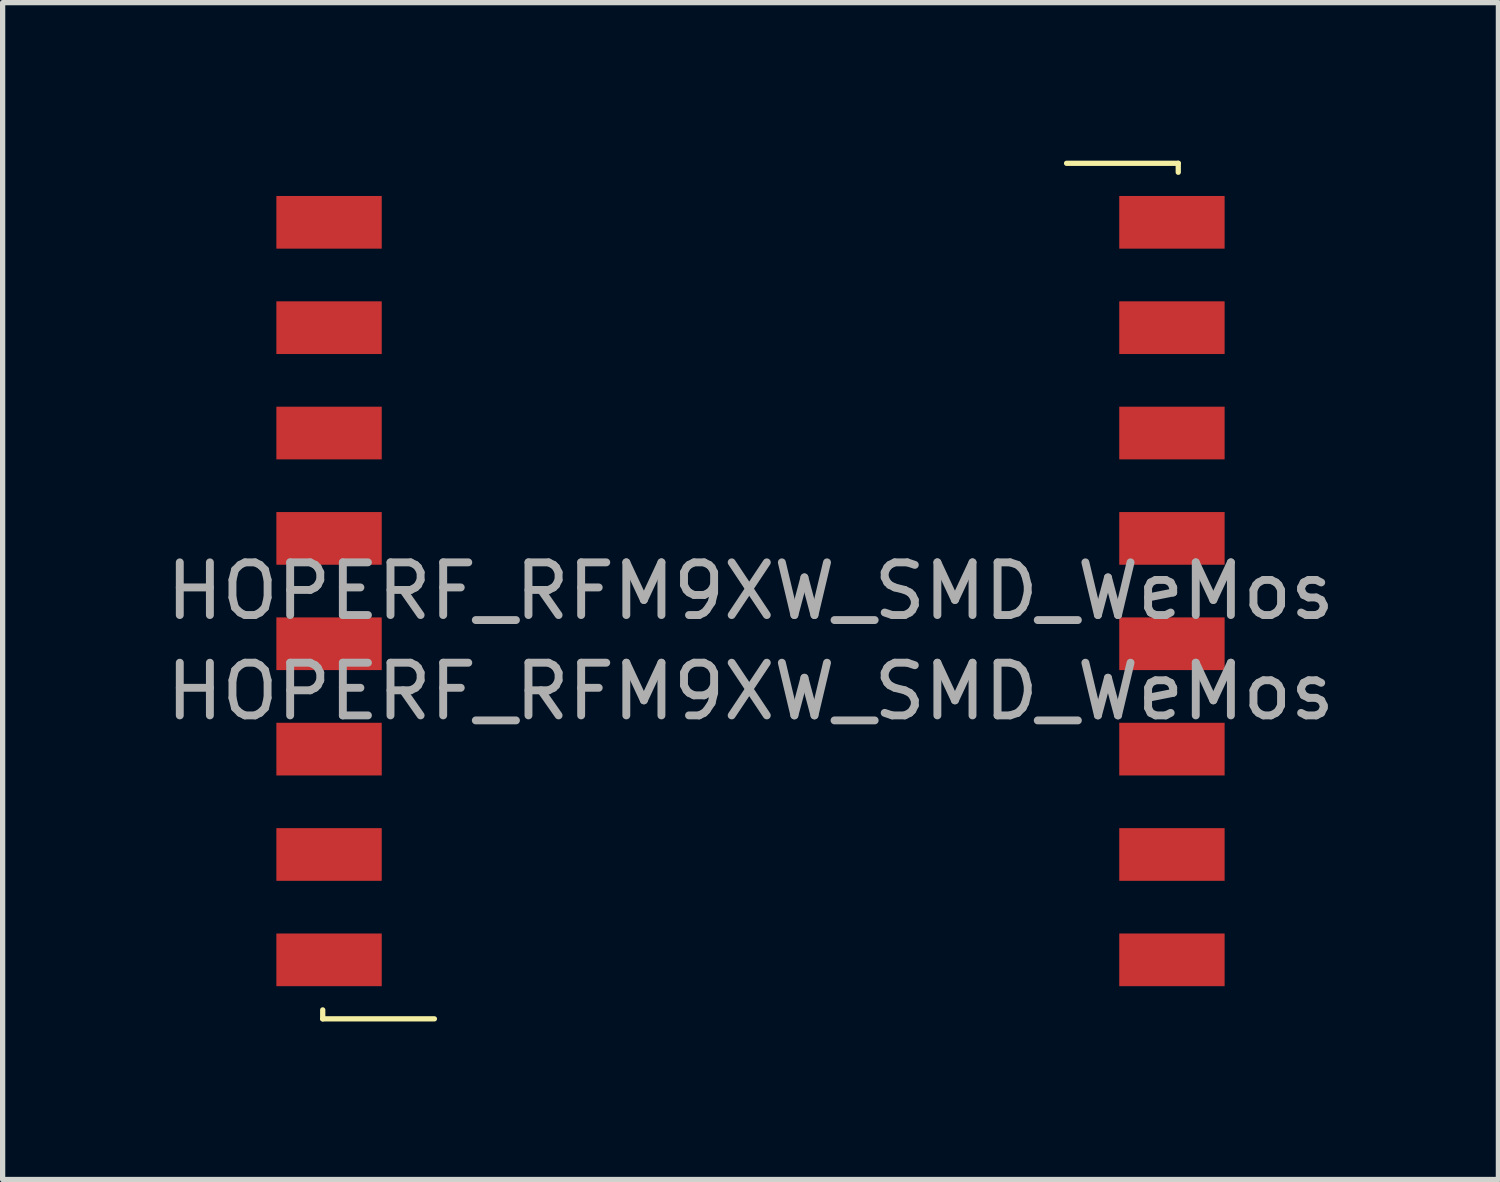
<source format=kicad_pcb>
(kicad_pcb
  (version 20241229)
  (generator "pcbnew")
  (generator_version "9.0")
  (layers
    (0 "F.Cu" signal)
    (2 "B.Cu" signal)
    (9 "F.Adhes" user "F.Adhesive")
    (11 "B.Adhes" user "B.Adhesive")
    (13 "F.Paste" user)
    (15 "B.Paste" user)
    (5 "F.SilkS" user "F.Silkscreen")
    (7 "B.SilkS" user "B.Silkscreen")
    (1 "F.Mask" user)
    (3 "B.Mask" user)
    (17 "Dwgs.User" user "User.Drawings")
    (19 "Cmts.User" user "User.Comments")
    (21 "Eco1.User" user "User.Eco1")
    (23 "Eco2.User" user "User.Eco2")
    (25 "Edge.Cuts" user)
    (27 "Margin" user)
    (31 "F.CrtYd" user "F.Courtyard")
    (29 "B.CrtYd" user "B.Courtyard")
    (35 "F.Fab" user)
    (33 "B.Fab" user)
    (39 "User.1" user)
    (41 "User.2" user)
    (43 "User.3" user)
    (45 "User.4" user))
  (footprint "HOPERF_RFM9XW_SMD_WeMos"
    (layer "F.Cu")
    (at 11.196 8.17)
    (property "Reference" "HOPERF_RFM9XW_SMD_WeMos" (at 0 1.905 0) (layer "F.Fab") (effects (font (size 1 1) (thickness 0.15))))
    (attr smd)
    (fp_line (start -8.12 8.12) (end -8.12 7.95) (stroke (width 0.1) (type solid)) (layer "F.SilkS"))
    (fp_line (start -8.12 8.12) (end -6 8.12) (stroke (width 0.1) (type solid)) (layer "F.SilkS"))
    (fp_line (start 6 -8.12) (end 8.12 -8.12) (stroke (width 0.1) (type solid)) (layer "F.SilkS"))
    (fp_line (start 8.12 -8.12) (end 8.12 -7.95) (stroke (width 0.1) (type solid)) (layer "F.SilkS"))
    (fp_text user "${REFERENCE}" (at 0 0 0) (layer "F.Fab") (effects (font (size 1 1) (thickness 0.15))))
    (pad "1" smd rect (at -8 -7) (size 2 1) (layers "F.Cu" "F.Mask" "F.Paste"))
    (pad "2" smd rect (at -8 -5) (size 2 1) (layers "F.Cu" "F.Mask" "F.Paste"))
    (pad "3" smd rect (at -8 -3) (size 2 1) (layers "F.Cu" "F.Mask" "F.Paste"))
    (pad "4" smd rect (at -8 -1) (size 2 1) (layers "F.Cu" "F.Mask" "F.Paste"))
    (pad "5" smd rect (at -8 1) (size 2 1) (layers "F.Cu" "F.Mask" "F.Paste"))
    (pad "6" smd rect (at -8 3) (size 2 1) (layers "F.Cu" "F.Mask" "F.Paste"))
    (pad "7" smd rect (at -8 5) (size 2 1) (layers "F.Cu" "F.Mask" "F.Paste"))
    (pad "8" smd rect (at -8 7) (size 2 1) (layers "F.Cu" "F.Mask" "F.Paste"))
    (pad "9" smd rect (at 8 7) (size 2 1) (layers "F.Cu" "F.Mask" "F.Paste"))
    (pad "10" smd rect (at 8 5) (size 2 1) (layers "F.Cu" "F.Mask" "F.Paste"))
    (pad "11" smd rect (at 8 3) (size 2 1) (layers "F.Cu" "F.Mask" "F.Paste"))
    (pad "12" smd rect (at 8 1) (size 2 1) (layers "F.Cu" "F.Mask" "F.Paste"))
    (pad "13" smd rect (at 8 -1) (size 2 1) (layers "F.Cu" "F.Mask" "F.Paste"))
    (pad "14" smd rect (at 8 -3) (size 2 1) (layers "F.Cu" "F.Mask" "F.Paste"))
    (pad "15" smd rect (at 8 -5) (size 2 1) (layers "F.Cu" "F.Mask" "F.Paste"))
    (pad "16" smd rect (at 8 -7) (size 2 1) (layers "F.Cu" "F.Mask" "F.Paste")))
  (gr_rect
    (start -3 -3)
    (end 25.393 19.34)
    (stroke (width 0.1) (type default))
    (fill no)
    (layer "Edge.Cuts")))
</source>
